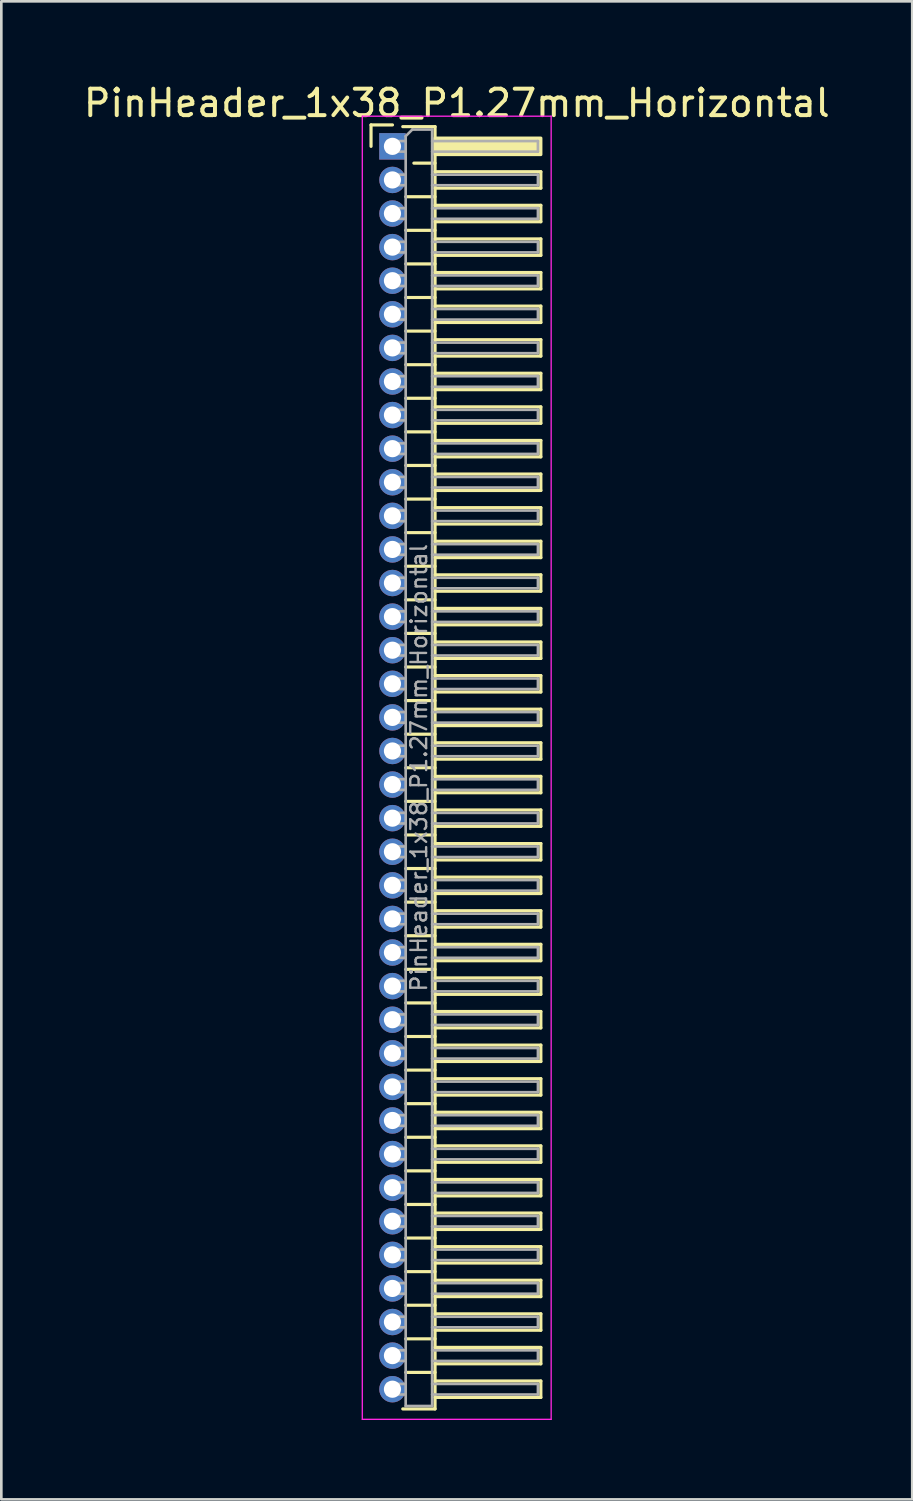
<source format=kicad_pcb>
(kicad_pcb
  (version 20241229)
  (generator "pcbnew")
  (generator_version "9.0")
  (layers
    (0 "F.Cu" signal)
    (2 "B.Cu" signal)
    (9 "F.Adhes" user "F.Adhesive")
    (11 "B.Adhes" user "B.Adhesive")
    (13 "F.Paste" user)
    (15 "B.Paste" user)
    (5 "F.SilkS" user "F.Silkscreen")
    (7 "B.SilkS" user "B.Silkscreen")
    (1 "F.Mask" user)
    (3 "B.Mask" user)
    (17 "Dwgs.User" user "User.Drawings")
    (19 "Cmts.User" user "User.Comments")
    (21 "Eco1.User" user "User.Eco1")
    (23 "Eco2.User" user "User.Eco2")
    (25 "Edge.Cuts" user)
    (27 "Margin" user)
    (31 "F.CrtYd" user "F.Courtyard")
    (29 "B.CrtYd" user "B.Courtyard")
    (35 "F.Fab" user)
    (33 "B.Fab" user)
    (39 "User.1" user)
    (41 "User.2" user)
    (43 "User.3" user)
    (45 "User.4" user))
  (footprint "PinHeader_1x38_P1.27mm_Horizontal"
    (layer "F.Cu")
    (at 11.788 2.483)
    (property "Reference" "PinHeader_1x38_P1.27mm_Horizontal" (at 2.433 -1.635 0) (layer "F.SilkS") (effects (font (size 1 1) (thickness 0.15))))
    (attr through_hole)
    (fp_line (start -0.81 -0.81) (end 0 -0.81) (stroke (width 0.12) (type solid)) (layer "F.SilkS"))
    (fp_line (start -0.81 0) (end -0.81 -0.81) (stroke (width 0.12) (type solid)) (layer "F.SilkS"))
    (fp_line (start 0.39 -0.745) (end 1.61 -0.745) (stroke (width 0.12) (type solid)) (layer "F.SilkS"))
    (fp_line (start 0.503 1.905) (end 1.61 1.905) (stroke (width 0.12) (type solid)) (layer "F.SilkS"))
    (fp_line (start 0.503 3.175) (end 1.61 3.175) (stroke (width 0.12) (type solid)) (layer "F.SilkS"))
    (fp_line (start 0.503 4.445) (end 1.61 4.445) (stroke (width 0.12) (type solid)) (layer "F.SilkS"))
    (fp_line (start 0.503 5.715) (end 1.61 5.715) (stroke (width 0.12) (type solid)) (layer "F.SilkS"))
    (fp_line (start 0.503 6.985) (end 1.61 6.985) (stroke (width 0.12) (type solid)) (layer "F.SilkS"))
    (fp_line (start 0.503 8.255) (end 1.61 8.255) (stroke (width 0.12) (type solid)) (layer "F.SilkS"))
    (fp_line (start 0.503 9.525) (end 1.61 9.525) (stroke (width 0.12) (type solid)) (layer "F.SilkS"))
    (fp_line (start 0.503 10.795) (end 1.61 10.795) (stroke (width 0.12) (type solid)) (layer "F.SilkS"))
    (fp_line (start 0.503 12.065) (end 1.61 12.065) (stroke (width 0.12) (type solid)) (layer "F.SilkS"))
    (fp_line (start 0.503 13.335) (end 1.61 13.335) (stroke (width 0.12) (type solid)) (layer "F.SilkS"))
    (fp_line (start 0.503 14.605) (end 1.61 14.605) (stroke (width 0.12) (type solid)) (layer "F.SilkS"))
    (fp_line (start 0.503 15.875) (end 1.61 15.875) (stroke (width 0.12) (type solid)) (layer "F.SilkS"))
    (fp_line (start 0.503 17.145) (end 1.61 17.145) (stroke (width 0.12) (type solid)) (layer "F.SilkS"))
    (fp_line (start 0.503 18.415) (end 1.61 18.415) (stroke (width 0.12) (type solid)) (layer "F.SilkS"))
    (fp_line (start 0.503 19.685) (end 1.61 19.685) (stroke (width 0.12) (type solid)) (layer "F.SilkS"))
    (fp_line (start 0.503 20.955) (end 1.61 20.955) (stroke (width 0.12) (type solid)) (layer "F.SilkS"))
    (fp_line (start 0.503 22.225) (end 1.61 22.225) (stroke (width 0.12) (type solid)) (layer "F.SilkS"))
    (fp_line (start 0.503 23.495) (end 1.61 23.495) (stroke (width 0.12) (type solid)) (layer "F.SilkS"))
    (fp_line (start 0.503 24.765) (end 1.61 24.765) (stroke (width 0.12) (type solid)) (layer "F.SilkS"))
    (fp_line (start 0.503 26.035) (end 1.61 26.035) (stroke (width 0.12) (type solid)) (layer "F.SilkS"))
    (fp_line (start 0.503 27.305) (end 1.61 27.305) (stroke (width 0.12) (type solid)) (layer "F.SilkS"))
    (fp_line (start 0.503 28.575) (end 1.61 28.575) (stroke (width 0.12) (type solid)) (layer "F.SilkS"))
    (fp_line (start 0.503 29.845) (end 1.61 29.845) (stroke (width 0.12) (type solid)) (layer "F.SilkS"))
    (fp_line (start 0.503 31.115) (end 1.61 31.115) (stroke (width 0.12) (type solid)) (layer "F.SilkS"))
    (fp_line (start 0.503 32.385) (end 1.61 32.385) (stroke (width 0.12) (type solid)) (layer "F.SilkS"))
    (fp_line (start 0.503 33.655) (end 1.61 33.655) (stroke (width 0.12) (type solid)) (layer "F.SilkS"))
    (fp_line (start 0.503 34.925) (end 1.61 34.925) (stroke (width 0.12) (type solid)) (layer "F.SilkS"))
    (fp_line (start 0.503 36.195) (end 1.61 36.195) (stroke (width 0.12) (type solid)) (layer "F.SilkS"))
    (fp_line (start 0.503 37.465) (end 1.61 37.465) (stroke (width 0.12) (type solid)) (layer "F.SilkS"))
    (fp_line (start 0.503 38.735) (end 1.61 38.735) (stroke (width 0.12) (type solid)) (layer "F.SilkS"))
    (fp_line (start 0.503 40.005) (end 1.61 40.005) (stroke (width 0.12) (type solid)) (layer "F.SilkS"))
    (fp_line (start 0.503 41.275) (end 1.61 41.275) (stroke (width 0.12) (type solid)) (layer "F.SilkS"))
    (fp_line (start 0.503 42.545) (end 1.61 42.545) (stroke (width 0.12) (type solid)) (layer "F.SilkS"))
    (fp_line (start 0.503 43.815) (end 1.61 43.815) (stroke (width 0.12) (type solid)) (layer "F.SilkS"))
    (fp_line (start 0.503 45.085) (end 1.61 45.085) (stroke (width 0.12) (type solid)) (layer "F.SilkS"))
    (fp_line (start 0.503 46.355) (end 1.61 46.355) (stroke (width 0.12) (type solid)) (layer "F.SilkS"))
    (fp_line (start 0.81 0.635) (end 1.61 0.635) (stroke (width 0.12) (type solid)) (layer "F.SilkS"))
    (fp_line (start 1.61 -0.745) (end 1.61 47.735) (stroke (width 0.12) (type solid)) (layer "F.SilkS"))
    (fp_line (start 1.61 0.96) (end 5.61 0.96) (stroke (width 0.12) (type solid)) (layer "F.SilkS"))
    (fp_line (start 1.61 2.23) (end 5.61 2.23) (stroke (width 0.12) (type solid)) (layer "F.SilkS"))
    (fp_line (start 1.61 3.5) (end 5.61 3.5) (stroke (width 0.12) (type solid)) (layer "F.SilkS"))
    (fp_line (start 1.61 4.77) (end 5.61 4.77) (stroke (width 0.12) (type solid)) (layer "F.SilkS"))
    (fp_line (start 1.61 6.04) (end 5.61 6.04) (stroke (width 0.12) (type solid)) (layer "F.SilkS"))
    (fp_line (start 1.61 7.31) (end 5.61 7.31) (stroke (width 0.12) (type solid)) (layer "F.SilkS"))
    (fp_line (start 1.61 8.58) (end 5.61 8.58) (stroke (width 0.12) (type solid)) (layer "F.SilkS"))
    (fp_line (start 1.61 9.85) (end 5.61 9.85) (stroke (width 0.12) (type solid)) (layer "F.SilkS"))
    (fp_line (start 1.61 11.12) (end 5.61 11.12) (stroke (width 0.12) (type solid)) (layer "F.SilkS"))
    (fp_line (start 1.61 12.39) (end 5.61 12.39) (stroke (width 0.12) (type solid)) (layer "F.SilkS"))
    (fp_line (start 1.61 13.66) (end 5.61 13.66) (stroke (width 0.12) (type solid)) (layer "F.SilkS"))
    (fp_line (start 1.61 14.93) (end 5.61 14.93) (stroke (width 0.12) (type solid)) (layer "F.SilkS"))
    (fp_line (start 1.61 16.2) (end 5.61 16.2) (stroke (width 0.12) (type solid)) (layer "F.SilkS"))
    (fp_line (start 1.61 17.47) (end 5.61 17.47) (stroke (width 0.12) (type solid)) (layer "F.SilkS"))
    (fp_line (start 1.61 18.74) (end 5.61 18.74) (stroke (width 0.12) (type solid)) (layer "F.SilkS"))
    (fp_line (start 1.61 20.01) (end 5.61 20.01) (stroke (width 0.12) (type solid)) (layer "F.SilkS"))
    (fp_line (start 1.61 21.28) (end 5.61 21.28) (stroke (width 0.12) (type solid)) (layer "F.SilkS"))
    (fp_line (start 1.61 22.55) (end 5.61 22.55) (stroke (width 0.12) (type solid)) (layer "F.SilkS"))
    (fp_line (start 1.61 23.82) (end 5.61 23.82) (stroke (width 0.12) (type solid)) (layer "F.SilkS"))
    (fp_line (start 1.61 25.09) (end 5.61 25.09) (stroke (width 0.12) (type solid)) (layer "F.SilkS"))
    (fp_line (start 1.61 26.36) (end 5.61 26.36) (stroke (width 0.12) (type solid)) (layer "F.SilkS"))
    (fp_line (start 1.61 27.63) (end 5.61 27.63) (stroke (width 0.12) (type solid)) (layer "F.SilkS"))
    (fp_line (start 1.61 28.9) (end 5.61 28.9) (stroke (width 0.12) (type solid)) (layer "F.SilkS"))
    (fp_line (start 1.61 30.17) (end 5.61 30.17) (stroke (width 0.12) (type solid)) (layer "F.SilkS"))
    (fp_line (start 1.61 31.44) (end 5.61 31.44) (stroke (width 0.12) (type solid)) (layer "F.SilkS"))
    (fp_line (start 1.61 32.71) (end 5.61 32.71) (stroke (width 0.12) (type solid)) (layer "F.SilkS"))
    (fp_line (start 1.61 33.98) (end 5.61 33.98) (stroke (width 0.12) (type solid)) (layer "F.SilkS"))
    (fp_line (start 1.61 35.25) (end 5.61 35.25) (stroke (width 0.12) (type solid)) (layer "F.SilkS"))
    (fp_line (start 1.61 36.52) (end 5.61 36.52) (stroke (width 0.12) (type solid)) (layer "F.SilkS"))
    (fp_line (start 1.61 37.79) (end 5.61 37.79) (stroke (width 0.12) (type solid)) (layer "F.SilkS"))
    (fp_line (start 1.61 39.06) (end 5.61 39.06) (stroke (width 0.12) (type solid)) (layer "F.SilkS"))
    (fp_line (start 1.61 40.33) (end 5.61 40.33) (stroke (width 0.12) (type solid)) (layer "F.SilkS"))
    (fp_line (start 1.61 41.6) (end 5.61 41.6) (stroke (width 0.12) (type solid)) (layer "F.SilkS"))
    (fp_line (start 1.61 42.87) (end 5.61 42.87) (stroke (width 0.12) (type solid)) (layer "F.SilkS"))
    (fp_line (start 1.61 44.14) (end 5.61 44.14) (stroke (width 0.12) (type solid)) (layer "F.SilkS"))
    (fp_line (start 1.61 45.41) (end 5.61 45.41) (stroke (width 0.12) (type solid)) (layer "F.SilkS"))
    (fp_line (start 1.61 46.68) (end 5.61 46.68) (stroke (width 0.12) (type solid)) (layer "F.SilkS"))
    (fp_line (start 1.61 47.735) (end 0.39 47.735) (stroke (width 0.12) (type solid)) (layer "F.SilkS"))
    (fp_line (start 5.61 0.96) (end 5.61 1.58) (stroke (width 0.12) (type solid)) (layer "F.SilkS"))
    (fp_line (start 5.61 1.58) (end 1.61 1.58) (stroke (width 0.12) (type solid)) (layer "F.SilkS"))
    (fp_line (start 5.61 2.23) (end 5.61 2.85) (stroke (width 0.12) (type solid)) (layer "F.SilkS"))
    (fp_line (start 5.61 2.85) (end 1.61 2.85) (stroke (width 0.12) (type solid)) (layer "F.SilkS"))
    (fp_line (start 5.61 3.5) (end 5.61 4.12) (stroke (width 0.12) (type solid)) (layer "F.SilkS"))
    (fp_line (start 5.61 4.12) (end 1.61 4.12) (stroke (width 0.12) (type solid)) (layer "F.SilkS"))
    (fp_line (start 5.61 4.77) (end 5.61 5.39) (stroke (width 0.12) (type solid)) (layer "F.SilkS"))
    (fp_line (start 5.61 5.39) (end 1.61 5.39) (stroke (width 0.12) (type solid)) (layer "F.SilkS"))
    (fp_line (start 5.61 6.04) (end 5.61 6.66) (stroke (width 0.12) (type solid)) (layer "F.SilkS"))
    (fp_line (start 5.61 6.66) (end 1.61 6.66) (stroke (width 0.12) (type solid)) (layer "F.SilkS"))
    (fp_line (start 5.61 7.31) (end 5.61 7.93) (stroke (width 0.12) (type solid)) (layer "F.SilkS"))
    (fp_line (start 5.61 7.93) (end 1.61 7.93) (stroke (width 0.12) (type solid)) (layer "F.SilkS"))
    (fp_line (start 5.61 8.58) (end 5.61 9.2) (stroke (width 0.12) (type solid)) (layer "F.SilkS"))
    (fp_line (start 5.61 9.2) (end 1.61 9.2) (stroke (width 0.12) (type solid)) (layer "F.SilkS"))
    (fp_line (start 5.61 9.85) (end 5.61 10.47) (stroke (width 0.12) (type solid)) (layer "F.SilkS"))
    (fp_line (start 5.61 10.47) (end 1.61 10.47) (stroke (width 0.12) (type solid)) (layer "F.SilkS"))
    (fp_line (start 5.61 11.12) (end 5.61 11.74) (stroke (width 0.12) (type solid)) (layer "F.SilkS"))
    (fp_line (start 5.61 11.74) (end 1.61 11.74) (stroke (width 0.12) (type solid)) (layer "F.SilkS"))
    (fp_line (start 5.61 12.39) (end 5.61 13.01) (stroke (width 0.12) (type solid)) (layer "F.SilkS"))
    (fp_line (start 5.61 13.01) (end 1.61 13.01) (stroke (width 0.12) (type solid)) (layer "F.SilkS"))
    (fp_line (start 5.61 13.66) (end 5.61 14.28) (stroke (width 0.12) (type solid)) (layer "F.SilkS"))
    (fp_line (start 5.61 14.28) (end 1.61 14.28) (stroke (width 0.12) (type solid)) (layer "F.SilkS"))
    (fp_line (start 5.61 14.93) (end 5.61 15.55) (stroke (width 0.12) (type solid)) (layer "F.SilkS"))
    (fp_line (start 5.61 15.55) (end 1.61 15.55) (stroke (width 0.12) (type solid)) (layer "F.SilkS"))
    (fp_line (start 5.61 16.2) (end 5.61 16.82) (stroke (width 0.12) (type solid)) (layer "F.SilkS"))
    (fp_line (start 5.61 16.82) (end 1.61 16.82) (stroke (width 0.12) (type solid)) (layer "F.SilkS"))
    (fp_line (start 5.61 17.47) (end 5.61 18.09) (stroke (width 0.12) (type solid)) (layer "F.SilkS"))
    (fp_line (start 5.61 18.09) (end 1.61 18.09) (stroke (width 0.12) (type solid)) (layer "F.SilkS"))
    (fp_line (start 5.61 18.74) (end 5.61 19.36) (stroke (width 0.12) (type solid)) (layer "F.SilkS"))
    (fp_line (start 5.61 19.36) (end 1.61 19.36) (stroke (width 0.12) (type solid)) (layer "F.SilkS"))
    (fp_line (start 5.61 20.01) (end 5.61 20.63) (stroke (width 0.12) (type solid)) (layer "F.SilkS"))
    (fp_line (start 5.61 20.63) (end 1.61 20.63) (stroke (width 0.12) (type solid)) (layer "F.SilkS"))
    (fp_line (start 5.61 21.28) (end 5.61 21.9) (stroke (width 0.12) (type solid)) (layer "F.SilkS"))
    (fp_line (start 5.61 21.9) (end 1.61 21.9) (stroke (width 0.12) (type solid)) (layer "F.SilkS"))
    (fp_line (start 5.61 22.55) (end 5.61 23.17) (stroke (width 0.12) (type solid)) (layer "F.SilkS"))
    (fp_line (start 5.61 23.17) (end 1.61 23.17) (stroke (width 0.12) (type solid)) (layer "F.SilkS"))
    (fp_line (start 5.61 23.82) (end 5.61 24.44) (stroke (width 0.12) (type solid)) (layer "F.SilkS"))
    (fp_line (start 5.61 24.44) (end 1.61 24.44) (stroke (width 0.12) (type solid)) (layer "F.SilkS"))
    (fp_line (start 5.61 25.09) (end 5.61 25.71) (stroke (width 0.12) (type solid)) (layer "F.SilkS"))
    (fp_line (start 5.61 25.71) (end 1.61 25.71) (stroke (width 0.12) (type solid)) (layer "F.SilkS"))
    (fp_line (start 5.61 26.36) (end 5.61 26.98) (stroke (width 0.12) (type solid)) (layer "F.SilkS"))
    (fp_line (start 5.61 26.98) (end 1.61 26.98) (stroke (width 0.12) (type solid)) (layer "F.SilkS"))
    (fp_line (start 5.61 27.63) (end 5.61 28.25) (stroke (width 0.12) (type solid)) (layer "F.SilkS"))
    (fp_line (start 5.61 28.25) (end 1.61 28.25) (stroke (width 0.12) (type solid)) (layer "F.SilkS"))
    (fp_line (start 5.61 28.9) (end 5.61 29.52) (stroke (width 0.12) (type solid)) (layer "F.SilkS"))
    (fp_line (start 5.61 29.52) (end 1.61 29.52) (stroke (width 0.12) (type solid)) (layer "F.SilkS"))
    (fp_line (start 5.61 30.17) (end 5.61 30.79) (stroke (width 0.12) (type solid)) (layer "F.SilkS"))
    (fp_line (start 5.61 30.79) (end 1.61 30.79) (stroke (width 0.12) (type solid)) (layer "F.SilkS"))
    (fp_line (start 5.61 31.44) (end 5.61 32.06) (stroke (width 0.12) (type solid)) (layer "F.SilkS"))
    (fp_line (start 5.61 32.06) (end 1.61 32.06) (stroke (width 0.12) (type solid)) (layer "F.SilkS"))
    (fp_line (start 5.61 32.71) (end 5.61 33.33) (stroke (width 0.12) (type solid)) (layer "F.SilkS"))
    (fp_line (start 5.61 33.33) (end 1.61 33.33) (stroke (width 0.12) (type solid)) (layer "F.SilkS"))
    (fp_line (start 5.61 33.98) (end 5.61 34.6) (stroke (width 0.12) (type solid)) (layer "F.SilkS"))
    (fp_line (start 5.61 34.6) (end 1.61 34.6) (stroke (width 0.12) (type solid)) (layer "F.SilkS"))
    (fp_line (start 5.61 35.25) (end 5.61 35.87) (stroke (width 0.12) (type solid)) (layer "F.SilkS"))
    (fp_line (start 5.61 35.87) (end 1.61 35.87) (stroke (width 0.12) (type solid)) (layer "F.SilkS"))
    (fp_line (start 5.61 36.52) (end 5.61 37.14) (stroke (width 0.12) (type solid)) (layer "F.SilkS"))
    (fp_line (start 5.61 37.14) (end 1.61 37.14) (stroke (width 0.12) (type solid)) (layer "F.SilkS"))
    (fp_line (start 5.61 37.79) (end 5.61 38.41) (stroke (width 0.12) (type solid)) (layer "F.SilkS"))
    (fp_line (start 5.61 38.41) (end 1.61 38.41) (stroke (width 0.12) (type solid)) (layer "F.SilkS"))
    (fp_line (start 5.61 39.06) (end 5.61 39.68) (stroke (width 0.12) (type solid)) (layer "F.SilkS"))
    (fp_line (start 5.61 39.68) (end 1.61 39.68) (stroke (width 0.12) (type solid)) (layer "F.SilkS"))
    (fp_line (start 5.61 40.33) (end 5.61 40.95) (stroke (width 0.12) (type solid)) (layer "F.SilkS"))
    (fp_line (start 5.61 40.95) (end 1.61 40.95) (stroke (width 0.12) (type solid)) (layer "F.SilkS"))
    (fp_line (start 5.61 41.6) (end 5.61 42.22) (stroke (width 0.12) (type solid)) (layer "F.SilkS"))
    (fp_line (start 5.61 42.22) (end 1.61 42.22) (stroke (width 0.12) (type solid)) (layer "F.SilkS"))
    (fp_line (start 5.61 42.87) (end 5.61 43.49) (stroke (width 0.12) (type solid)) (layer "F.SilkS"))
    (fp_line (start 5.61 43.49) (end 1.61 43.49) (stroke (width 0.12) (type solid)) (layer "F.SilkS"))
    (fp_line (start 5.61 44.14) (end 5.61 44.76) (stroke (width 0.12) (type solid)) (layer "F.SilkS"))
    (fp_line (start 5.61 44.76) (end 1.61 44.76) (stroke (width 0.12) (type solid)) (layer "F.SilkS"))
    (fp_line (start 5.61 45.41) (end 5.61 46.03) (stroke (width 0.12) (type solid)) (layer "F.SilkS"))
    (fp_line (start 5.61 46.03) (end 1.61 46.03) (stroke (width 0.12) (type solid)) (layer "F.SilkS"))
    (fp_line (start 5.61 46.68) (end 5.61 47.3) (stroke (width 0.12) (type solid)) (layer "F.SilkS"))
    (fp_line (start 5.61 47.3) (end 1.61 47.3) (stroke (width 0.12) (type solid)) (layer "F.SilkS"))
    (fp_rect (start 1.61 -0.31) (end 5.61 0.31) (stroke (width 0.12) (type solid)) (fill yes) (layer "F.SilkS"))
    (fp_line (start -1.14 -1.14) (end -1.14 48.13) (stroke (width 0.05) (type solid)) (layer "F.CrtYd"))
    (fp_line (start -1.14 48.13) (end 6 48.13) (stroke (width 0.05) (type solid)) (layer "F.CrtYd"))
    (fp_line (start 6 -1.14) (end -1.14 -1.14) (stroke (width 0.05) (type solid)) (layer "F.CrtYd"))
    (fp_line (start 6 48.13) (end 6 -1.14) (stroke (width 0.05) (type solid)) (layer "F.CrtYd"))
    (fp_line (start -0.2 -0.2) (end -0.2 0.2) (stroke (width 0.1) (type solid)) (layer "F.Fab"))
    (fp_line (start -0.2 -0.2) (end 0.5 -0.2) (stroke (width 0.1) (type solid)) (layer "F.Fab"))
    (fp_line (start -0.2 0.2) (end 0.5 0.2) (stroke (width 0.1) (type solid)) (layer "F.Fab"))
    (fp_line (start -0.2 1.07) (end -0.2 1.47) (stroke (width 0.1) (type solid)) (layer "F.Fab"))
    (fp_line (start -0.2 1.07) (end 0.5 1.07) (stroke (width 0.1) (type solid)) (layer "F.Fab"))
    (fp_line (start -0.2 1.47) (end 0.5 1.47) (stroke (width 0.1) (type solid)) (layer "F.Fab"))
    (fp_line (start -0.2 2.34) (end -0.2 2.74) (stroke (width 0.1) (type solid)) (layer "F.Fab"))
    (fp_line (start -0.2 2.34) (end 0.5 2.34) (stroke (width 0.1) (type solid)) (layer "F.Fab"))
    (fp_line (start -0.2 2.74) (end 0.5 2.74) (stroke (width 0.1) (type solid)) (layer "F.Fab"))
    (fp_line (start -0.2 3.61) (end -0.2 4.01) (stroke (width 0.1) (type solid)) (layer "F.Fab"))
    (fp_line (start -0.2 3.61) (end 0.5 3.61) (stroke (width 0.1) (type solid)) (layer "F.Fab"))
    (fp_line (start -0.2 4.01) (end 0.5 4.01) (stroke (width 0.1) (type solid)) (layer "F.Fab"))
    (fp_line (start -0.2 4.88) (end -0.2 5.28) (stroke (width 0.1) (type solid)) (layer "F.Fab"))
    (fp_line (start -0.2 4.88) (end 0.5 4.88) (stroke (width 0.1) (type solid)) (layer "F.Fab"))
    (fp_line (start -0.2 5.28) (end 0.5 5.28) (stroke (width 0.1) (type solid)) (layer "F.Fab"))
    (fp_line (start -0.2 6.15) (end -0.2 6.55) (stroke (width 0.1) (type solid)) (layer "F.Fab"))
    (fp_line (start -0.2 6.15) (end 0.5 6.15) (stroke (width 0.1) (type solid)) (layer "F.Fab"))
    (fp_line (start -0.2 6.55) (end 0.5 6.55) (stroke (width 0.1) (type solid)) (layer "F.Fab"))
    (fp_line (start -0.2 7.42) (end -0.2 7.82) (stroke (width 0.1) (type solid)) (layer "F.Fab"))
    (fp_line (start -0.2 7.42) (end 0.5 7.42) (stroke (width 0.1) (type solid)) (layer "F.Fab"))
    (fp_line (start -0.2 7.82) (end 0.5 7.82) (stroke (width 0.1) (type solid)) (layer "F.Fab"))
    (fp_line (start -0.2 8.69) (end -0.2 9.09) (stroke (width 0.1) (type solid)) (layer "F.Fab"))
    (fp_line (start -0.2 8.69) (end 0.5 8.69) (stroke (width 0.1) (type solid)) (layer "F.Fab"))
    (fp_line (start -0.2 9.09) (end 0.5 9.09) (stroke (width 0.1) (type solid)) (layer "F.Fab"))
    (fp_line (start -0.2 9.96) (end -0.2 10.36) (stroke (width 0.1) (type solid)) (layer "F.Fab"))
    (fp_line (start -0.2 9.96) (end 0.5 9.96) (stroke (width 0.1) (type solid)) (layer "F.Fab"))
    (fp_line (start -0.2 10.36) (end 0.5 10.36) (stroke (width 0.1) (type solid)) (layer "F.Fab"))
    (fp_line (start -0.2 11.23) (end -0.2 11.63) (stroke (width 0.1) (type solid)) (layer "F.Fab"))
    (fp_line (start -0.2 11.23) (end 0.5 11.23) (stroke (width 0.1) (type solid)) (layer "F.Fab"))
    (fp_line (start -0.2 11.63) (end 0.5 11.63) (stroke (width 0.1) (type solid)) (layer "F.Fab"))
    (fp_line (start -0.2 12.5) (end -0.2 12.9) (stroke (width 0.1) (type solid)) (layer "F.Fab"))
    (fp_line (start -0.2 12.5) (end 0.5 12.5) (stroke (width 0.1) (type solid)) (layer "F.Fab"))
    (fp_line (start -0.2 12.9) (end 0.5 12.9) (stroke (width 0.1) (type solid)) (layer "F.Fab"))
    (fp_line (start -0.2 13.77) (end -0.2 14.17) (stroke (width 0.1) (type solid)) (layer "F.Fab"))
    (fp_line (start -0.2 13.77) (end 0.5 13.77) (stroke (width 0.1) (type solid)) (layer "F.Fab"))
    (fp_line (start -0.2 14.17) (end 0.5 14.17) (stroke (width 0.1) (type solid)) (layer "F.Fab"))
    (fp_line (start -0.2 15.04) (end -0.2 15.44) (stroke (width 0.1) (type solid)) (layer "F.Fab"))
    (fp_line (start -0.2 15.04) (end 0.5 15.04) (stroke (width 0.1) (type solid)) (layer "F.Fab"))
    (fp_line (start -0.2 15.44) (end 0.5 15.44) (stroke (width 0.1) (type solid)) (layer "F.Fab"))
    (fp_line (start -0.2 16.31) (end -0.2 16.71) (stroke (width 0.1) (type solid)) (layer "F.Fab"))
    (fp_line (start -0.2 16.31) (end 0.5 16.31) (stroke (width 0.1) (type solid)) (layer "F.Fab"))
    (fp_line (start -0.2 16.71) (end 0.5 16.71) (stroke (width 0.1) (type solid)) (layer "F.Fab"))
    (fp_line (start -0.2 17.58) (end -0.2 17.98) (stroke (width 0.1) (type solid)) (layer "F.Fab"))
    (fp_line (start -0.2 17.58) (end 0.5 17.58) (stroke (width 0.1) (type solid)) (layer "F.Fab"))
    (fp_line (start -0.2 17.98) (end 0.5 17.98) (stroke (width 0.1) (type solid)) (layer "F.Fab"))
    (fp_line (start -0.2 18.85) (end -0.2 19.25) (stroke (width 0.1) (type solid)) (layer "F.Fab"))
    (fp_line (start -0.2 18.85) (end 0.5 18.85) (stroke (width 0.1) (type solid)) (layer "F.Fab"))
    (fp_line (start -0.2 19.25) (end 0.5 19.25) (stroke (width 0.1) (type solid)) (layer "F.Fab"))
    (fp_line (start -0.2 20.12) (end -0.2 20.52) (stroke (width 0.1) (type solid)) (layer "F.Fab"))
    (fp_line (start -0.2 20.12) (end 0.5 20.12) (stroke (width 0.1) (type solid)) (layer "F.Fab"))
    (fp_line (start -0.2 20.52) (end 0.5 20.52) (stroke (width 0.1) (type solid)) (layer "F.Fab"))
    (fp_line (start -0.2 21.39) (end -0.2 21.79) (stroke (width 0.1) (type solid)) (layer "F.Fab"))
    (fp_line (start -0.2 21.39) (end 0.5 21.39) (stroke (width 0.1) (type solid)) (layer "F.Fab"))
    (fp_line (start -0.2 21.79) (end 0.5 21.79) (stroke (width 0.1) (type solid)) (layer "F.Fab"))
    (fp_line (start -0.2 22.66) (end -0.2 23.06) (stroke (width 0.1) (type solid)) (layer "F.Fab"))
    (fp_line (start -0.2 22.66) (end 0.5 22.66) (stroke (width 0.1) (type solid)) (layer "F.Fab"))
    (fp_line (start -0.2 23.06) (end 0.5 23.06) (stroke (width 0.1) (type solid)) (layer "F.Fab"))
    (fp_line (start -0.2 23.93) (end -0.2 24.33) (stroke (width 0.1) (type solid)) (layer "F.Fab"))
    (fp_line (start -0.2 23.93) (end 0.5 23.93) (stroke (width 0.1) (type solid)) (layer "F.Fab"))
    (fp_line (start -0.2 24.33) (end 0.5 24.33) (stroke (width 0.1) (type solid)) (layer "F.Fab"))
    (fp_line (start -0.2 25.2) (end -0.2 25.6) (stroke (width 0.1) (type solid)) (layer "F.Fab"))
    (fp_line (start -0.2 25.2) (end 0.5 25.2) (stroke (width 0.1) (type solid)) (layer "F.Fab"))
    (fp_line (start -0.2 25.6) (end 0.5 25.6) (stroke (width 0.1) (type solid)) (layer "F.Fab"))
    (fp_line (start -0.2 26.47) (end -0.2 26.87) (stroke (width 0.1) (type solid)) (layer "F.Fab"))
    (fp_line (start -0.2 26.47) (end 0.5 26.47) (stroke (width 0.1) (type solid)) (layer "F.Fab"))
    (fp_line (start -0.2 26.87) (end 0.5 26.87) (stroke (width 0.1) (type solid)) (layer "F.Fab"))
    (fp_line (start -0.2 27.74) (end -0.2 28.14) (stroke (width 0.1) (type solid)) (layer "F.Fab"))
    (fp_line (start -0.2 27.74) (end 0.5 27.74) (stroke (width 0.1) (type solid)) (layer "F.Fab"))
    (fp_line (start -0.2 28.14) (end 0.5 28.14) (stroke (width 0.1) (type solid)) (layer "F.Fab"))
    (fp_line (start -0.2 29.01) (end -0.2 29.41) (stroke (width 0.1) (type solid)) (layer "F.Fab"))
    (fp_line (start -0.2 29.01) (end 0.5 29.01) (stroke (width 0.1) (type solid)) (layer "F.Fab"))
    (fp_line (start -0.2 29.41) (end 0.5 29.41) (stroke (width 0.1) (type solid)) (layer "F.Fab"))
    (fp_line (start -0.2 30.28) (end -0.2 30.68) (stroke (width 0.1) (type solid)) (layer "F.Fab"))
    (fp_line (start -0.2 30.28) (end 0.5 30.28) (stroke (width 0.1) (type solid)) (layer "F.Fab"))
    (fp_line (start -0.2 30.68) (end 0.5 30.68) (stroke (width 0.1) (type solid)) (layer "F.Fab"))
    (fp_line (start -0.2 31.55) (end -0.2 31.95) (stroke (width 0.1) (type solid)) (layer "F.Fab"))
    (fp_line (start -0.2 31.55) (end 0.5 31.55) (stroke (width 0.1) (type solid)) (layer "F.Fab"))
    (fp_line (start -0.2 31.95) (end 0.5 31.95) (stroke (width 0.1) (type solid)) (layer "F.Fab"))
    (fp_line (start -0.2 32.82) (end -0.2 33.22) (stroke (width 0.1) (type solid)) (layer "F.Fab"))
    (fp_line (start -0.2 32.82) (end 0.5 32.82) (stroke (width 0.1) (type solid)) (layer "F.Fab"))
    (fp_line (start -0.2 33.22) (end 0.5 33.22) (stroke (width 0.1) (type solid)) (layer "F.Fab"))
    (fp_line (start -0.2 34.09) (end -0.2 34.49) (stroke (width 0.1) (type solid)) (layer "F.Fab"))
    (fp_line (start -0.2 34.09) (end 0.5 34.09) (stroke (width 0.1) (type solid)) (layer "F.Fab"))
    (fp_line (start -0.2 34.49) (end 0.5 34.49) (stroke (width 0.1) (type solid)) (layer "F.Fab"))
    (fp_line (start -0.2 35.36) (end -0.2 35.76) (stroke (width 0.1) (type solid)) (layer "F.Fab"))
    (fp_line (start -0.2 35.36) (end 0.5 35.36) (stroke (width 0.1) (type solid)) (layer "F.Fab"))
    (fp_line (start -0.2 35.76) (end 0.5 35.76) (stroke (width 0.1) (type solid)) (layer "F.Fab"))
    (fp_line (start -0.2 36.63) (end -0.2 37.03) (stroke (width 0.1) (type solid)) (layer "F.Fab"))
    (fp_line (start -0.2 36.63) (end 0.5 36.63) (stroke (width 0.1) (type solid)) (layer "F.Fab"))
    (fp_line (start -0.2 37.03) (end 0.5 37.03) (stroke (width 0.1) (type solid)) (layer "F.Fab"))
    (fp_line (start -0.2 37.9) (end -0.2 38.3) (stroke (width 0.1) (type solid)) (layer "F.Fab"))
    (fp_line (start -0.2 37.9) (end 0.5 37.9) (stroke (width 0.1) (type solid)) (layer "F.Fab"))
    (fp_line (start -0.2 38.3) (end 0.5 38.3) (stroke (width 0.1) (type solid)) (layer "F.Fab"))
    (fp_line (start -0.2 39.17) (end -0.2 39.57) (stroke (width 0.1) (type solid)) (layer "F.Fab"))
    (fp_line (start -0.2 39.17) (end 0.5 39.17) (stroke (width 0.1) (type solid)) (layer "F.Fab"))
    (fp_line (start -0.2 39.57) (end 0.5 39.57) (stroke (width 0.1) (type solid)) (layer "F.Fab"))
    (fp_line (start -0.2 40.44) (end -0.2 40.84) (stroke (width 0.1) (type solid)) (layer "F.Fab"))
    (fp_line (start -0.2 40.44) (end 0.5 40.44) (stroke (width 0.1) (type solid)) (layer "F.Fab"))
    (fp_line (start -0.2 40.84) (end 0.5 40.84) (stroke (width 0.1) (type solid)) (layer "F.Fab"))
    (fp_line (start -0.2 41.71) (end -0.2 42.11) (stroke (width 0.1) (type solid)) (layer "F.Fab"))
    (fp_line (start -0.2 41.71) (end 0.5 41.71) (stroke (width 0.1) (type solid)) (layer "F.Fab"))
    (fp_line (start -0.2 42.11) (end 0.5 42.11) (stroke (width 0.1) (type solid)) (layer "F.Fab"))
    (fp_line (start -0.2 42.98) (end -0.2 43.38) (stroke (width 0.1) (type solid)) (layer "F.Fab"))
    (fp_line (start -0.2 42.98) (end 0.5 42.98) (stroke (width 0.1) (type solid)) (layer "F.Fab"))
    (fp_line (start -0.2 43.38) (end 0.5 43.38) (stroke (width 0.1) (type solid)) (layer "F.Fab"))
    (fp_line (start -0.2 44.25) (end -0.2 44.65) (stroke (width 0.1) (type solid)) (layer "F.Fab"))
    (fp_line (start -0.2 44.25) (end 0.5 44.25) (stroke (width 0.1) (type solid)) (layer "F.Fab"))
    (fp_line (start -0.2 44.65) (end 0.5 44.65) (stroke (width 0.1) (type solid)) (layer "F.Fab"))
    (fp_line (start -0.2 45.52) (end -0.2 45.92) (stroke (width 0.1) (type solid)) (layer "F.Fab"))
    (fp_line (start -0.2 45.52) (end 0.5 45.52) (stroke (width 0.1) (type solid)) (layer "F.Fab"))
    (fp_line (start -0.2 45.92) (end 0.5 45.92) (stroke (width 0.1) (type solid)) (layer "F.Fab"))
    (fp_line (start -0.2 46.79) (end -0.2 47.19) (stroke (width 0.1) (type solid)) (layer "F.Fab"))
    (fp_line (start -0.2 46.79) (end 0.5 46.79) (stroke (width 0.1) (type solid)) (layer "F.Fab"))
    (fp_line (start -0.2 47.19) (end 0.5 47.19) (stroke (width 0.1) (type solid)) (layer "F.Fab"))
    (fp_line (start 0.5 -0.385) (end 0.75 -0.635) (stroke (width 0.1) (type solid)) (layer "F.Fab"))
    (fp_line (start 0.5 47.625) (end 0.5 -0.385) (stroke (width 0.1) (type solid)) (layer "F.Fab"))
    (fp_line (start 0.75 -0.635) (end 1.5 -0.635) (stroke (width 0.1) (type solid)) (layer "F.Fab"))
    (fp_line (start 1.5 -0.635) (end 1.5 47.625) (stroke (width 0.1) (type solid)) (layer "F.Fab"))
    (fp_line (start 1.5 -0.2) (end 5.5 -0.2) (stroke (width 0.1) (type solid)) (layer "F.Fab"))
    (fp_line (start 1.5 0.2) (end 5.5 0.2) (stroke (width 0.1) (type solid)) (layer "F.Fab"))
    (fp_line (start 1.5 1.07) (end 5.5 1.07) (stroke (width 0.1) (type solid)) (layer "F.Fab"))
    (fp_line (start 1.5 1.47) (end 5.5 1.47) (stroke (width 0.1) (type solid)) (layer "F.Fab"))
    (fp_line (start 1.5 2.34) (end 5.5 2.34) (stroke (width 0.1) (type solid)) (layer "F.Fab"))
    (fp_line (start 1.5 2.74) (end 5.5 2.74) (stroke (width 0.1) (type solid)) (layer "F.Fab"))
    (fp_line (start 1.5 3.61) (end 5.5 3.61) (stroke (width 0.1) (type solid)) (layer "F.Fab"))
    (fp_line (start 1.5 4.01) (end 5.5 4.01) (stroke (width 0.1) (type solid)) (layer "F.Fab"))
    (fp_line (start 1.5 4.88) (end 5.5 4.88) (stroke (width 0.1) (type solid)) (layer "F.Fab"))
    (fp_line (start 1.5 5.28) (end 5.5 5.28) (stroke (width 0.1) (type solid)) (layer "F.Fab"))
    (fp_line (start 1.5 6.15) (end 5.5 6.15) (stroke (width 0.1) (type solid)) (layer "F.Fab"))
    (fp_line (start 1.5 6.55) (end 5.5 6.55) (stroke (width 0.1) (type solid)) (layer "F.Fab"))
    (fp_line (start 1.5 7.42) (end 5.5 7.42) (stroke (width 0.1) (type solid)) (layer "F.Fab"))
    (fp_line (start 1.5 7.82) (end 5.5 7.82) (stroke (width 0.1) (type solid)) (layer "F.Fab"))
    (fp_line (start 1.5 8.69) (end 5.5 8.69) (stroke (width 0.1) (type solid)) (layer "F.Fab"))
    (fp_line (start 1.5 9.09) (end 5.5 9.09) (stroke (width 0.1) (type solid)) (layer "F.Fab"))
    (fp_line (start 1.5 9.96) (end 5.5 9.96) (stroke (width 0.1) (type solid)) (layer "F.Fab"))
    (fp_line (start 1.5 10.36) (end 5.5 10.36) (stroke (width 0.1) (type solid)) (layer "F.Fab"))
    (fp_line (start 1.5 11.23) (end 5.5 11.23) (stroke (width 0.1) (type solid)) (layer "F.Fab"))
    (fp_line (start 1.5 11.63) (end 5.5 11.63) (stroke (width 0.1) (type solid)) (layer "F.Fab"))
    (fp_line (start 1.5 12.5) (end 5.5 12.5) (stroke (width 0.1) (type solid)) (layer "F.Fab"))
    (fp_line (start 1.5 12.9) (end 5.5 12.9) (stroke (width 0.1) (type solid)) (layer "F.Fab"))
    (fp_line (start 1.5 13.77) (end 5.5 13.77) (stroke (width 0.1) (type solid)) (layer "F.Fab"))
    (fp_line (start 1.5 14.17) (end 5.5 14.17) (stroke (width 0.1) (type solid)) (layer "F.Fab"))
    (fp_line (start 1.5 15.04) (end 5.5 15.04) (stroke (width 0.1) (type solid)) (layer "F.Fab"))
    (fp_line (start 1.5 15.44) (end 5.5 15.44) (stroke (width 0.1) (type solid)) (layer "F.Fab"))
    (fp_line (start 1.5 16.31) (end 5.5 16.31) (stroke (width 0.1) (type solid)) (layer "F.Fab"))
    (fp_line (start 1.5 16.71) (end 5.5 16.71) (stroke (width 0.1) (type solid)) (layer "F.Fab"))
    (fp_line (start 1.5 17.58) (end 5.5 17.58) (stroke (width 0.1) (type solid)) (layer "F.Fab"))
    (fp_line (start 1.5 17.98) (end 5.5 17.98) (stroke (width 0.1) (type solid)) (layer "F.Fab"))
    (fp_line (start 1.5 18.85) (end 5.5 18.85) (stroke (width 0.1) (type solid)) (layer "F.Fab"))
    (fp_line (start 1.5 19.25) (end 5.5 19.25) (stroke (width 0.1) (type solid)) (layer "F.Fab"))
    (fp_line (start 1.5 20.12) (end 5.5 20.12) (stroke (width 0.1) (type solid)) (layer "F.Fab"))
    (fp_line (start 1.5 20.52) (end 5.5 20.52) (stroke (width 0.1) (type solid)) (layer "F.Fab"))
    (fp_line (start 1.5 21.39) (end 5.5 21.39) (stroke (width 0.1) (type solid)) (layer "F.Fab"))
    (fp_line (start 1.5 21.79) (end 5.5 21.79) (stroke (width 0.1) (type solid)) (layer "F.Fab"))
    (fp_line (start 1.5 22.66) (end 5.5 22.66) (stroke (width 0.1) (type solid)) (layer "F.Fab"))
    (fp_line (start 1.5 23.06) (end 5.5 23.06) (stroke (width 0.1) (type solid)) (layer "F.Fab"))
    (fp_line (start 1.5 23.93) (end 5.5 23.93) (stroke (width 0.1) (type solid)) (layer "F.Fab"))
    (fp_line (start 1.5 24.33) (end 5.5 24.33) (stroke (width 0.1) (type solid)) (layer "F.Fab"))
    (fp_line (start 1.5 25.2) (end 5.5 25.2) (stroke (width 0.1) (type solid)) (layer "F.Fab"))
    (fp_line (start 1.5 25.6) (end 5.5 25.6) (stroke (width 0.1) (type solid)) (layer "F.Fab"))
    (fp_line (start 1.5 26.47) (end 5.5 26.47) (stroke (width 0.1) (type solid)) (layer "F.Fab"))
    (fp_line (start 1.5 26.87) (end 5.5 26.87) (stroke (width 0.1) (type solid)) (layer "F.Fab"))
    (fp_line (start 1.5 27.74) (end 5.5 27.74) (stroke (width 0.1) (type solid)) (layer "F.Fab"))
    (fp_line (start 1.5 28.14) (end 5.5 28.14) (stroke (width 0.1) (type solid)) (layer "F.Fab"))
    (fp_line (start 1.5 29.01) (end 5.5 29.01) (stroke (width 0.1) (type solid)) (layer "F.Fab"))
    (fp_line (start 1.5 29.41) (end 5.5 29.41) (stroke (width 0.1) (type solid)) (layer "F.Fab"))
    (fp_line (start 1.5 30.28) (end 5.5 30.28) (stroke (width 0.1) (type solid)) (layer "F.Fab"))
    (fp_line (start 1.5 30.68) (end 5.5 30.68) (stroke (width 0.1) (type solid)) (layer "F.Fab"))
    (fp_line (start 1.5 31.55) (end 5.5 31.55) (stroke (width 0.1) (type solid)) (layer "F.Fab"))
    (fp_line (start 1.5 31.95) (end 5.5 31.95) (stroke (width 0.1) (type solid)) (layer "F.Fab"))
    (fp_line (start 1.5 32.82) (end 5.5 32.82) (stroke (width 0.1) (type solid)) (layer "F.Fab"))
    (fp_line (start 1.5 33.22) (end 5.5 33.22) (stroke (width 0.1) (type solid)) (layer "F.Fab"))
    (fp_line (start 1.5 34.09) (end 5.5 34.09) (stroke (width 0.1) (type solid)) (layer "F.Fab"))
    (fp_line (start 1.5 34.49) (end 5.5 34.49) (stroke (width 0.1) (type solid)) (layer "F.Fab"))
    (fp_line (start 1.5 35.36) (end 5.5 35.36) (stroke (width 0.1) (type solid)) (layer "F.Fab"))
    (fp_line (start 1.5 35.76) (end 5.5 35.76) (stroke (width 0.1) (type solid)) (layer "F.Fab"))
    (fp_line (start 1.5 36.63) (end 5.5 36.63) (stroke (width 0.1) (type solid)) (layer "F.Fab"))
    (fp_line (start 1.5 37.03) (end 5.5 37.03) (stroke (width 0.1) (type solid)) (layer "F.Fab"))
    (fp_line (start 1.5 37.9) (end 5.5 37.9) (stroke (width 0.1) (type solid)) (layer "F.Fab"))
    (fp_line (start 1.5 38.3) (end 5.5 38.3) (stroke (width 0.1) (type solid)) (layer "F.Fab"))
    (fp_line (start 1.5 39.17) (end 5.5 39.17) (stroke (width 0.1) (type solid)) (layer "F.Fab"))
    (fp_line (start 1.5 39.57) (end 5.5 39.57) (stroke (width 0.1) (type solid)) (layer "F.Fab"))
    (fp_line (start 1.5 40.44) (end 5.5 40.44) (stroke (width 0.1) (type solid)) (layer "F.Fab"))
    (fp_line (start 1.5 40.84) (end 5.5 40.84) (stroke (width 0.1) (type solid)) (layer "F.Fab"))
    (fp_line (start 1.5 41.71) (end 5.5 41.71) (stroke (width 0.1) (type solid)) (layer "F.Fab"))
    (fp_line (start 1.5 42.11) (end 5.5 42.11) (stroke (width 0.1) (type solid)) (layer "F.Fab"))
    (fp_line (start 1.5 42.98) (end 5.5 42.98) (stroke (width 0.1) (type solid)) (layer "F.Fab"))
    (fp_line (start 1.5 43.38) (end 5.5 43.38) (stroke (width 0.1) (type solid)) (layer "F.Fab"))
    (fp_line (start 1.5 44.25) (end 5.5 44.25) (stroke (width 0.1) (type solid)) (layer "F.Fab"))
    (fp_line (start 1.5 44.65) (end 5.5 44.65) (stroke (width 0.1) (type solid)) (layer "F.Fab"))
    (fp_line (start 1.5 45.52) (end 5.5 45.52) (stroke (width 0.1) (type solid)) (layer "F.Fab"))
    (fp_line (start 1.5 45.92) (end 5.5 45.92) (stroke (width 0.1) (type solid)) (layer "F.Fab"))
    (fp_line (start 1.5 46.79) (end 5.5 46.79) (stroke (width 0.1) (type solid)) (layer "F.Fab"))
    (fp_line (start 1.5 47.19) (end 5.5 47.19) (stroke (width 0.1) (type solid)) (layer "F.Fab"))
    (fp_line (start 1.5 47.625) (end 0.5 47.625) (stroke (width 0.1) (type solid)) (layer "F.Fab"))
    (fp_line (start 5.5 -0.2) (end 5.5 0.2) (stroke (width 0.1) (type solid)) (layer "F.Fab"))
    (fp_line (start 5.5 1.07) (end 5.5 1.47) (stroke (width 0.1) (type solid)) (layer "F.Fab"))
    (fp_line (start 5.5 2.34) (end 5.5 2.74) (stroke (width 0.1) (type solid)) (layer "F.Fab"))
    (fp_line (start 5.5 3.61) (end 5.5 4.01) (stroke (width 0.1) (type solid)) (layer "F.Fab"))
    (fp_line (start 5.5 4.88) (end 5.5 5.28) (stroke (width 0.1) (type solid)) (layer "F.Fab"))
    (fp_line (start 5.5 6.15) (end 5.5 6.55) (stroke (width 0.1) (type solid)) (layer "F.Fab"))
    (fp_line (start 5.5 7.42) (end 5.5 7.82) (stroke (width 0.1) (type solid)) (layer "F.Fab"))
    (fp_line (start 5.5 8.69) (end 5.5 9.09) (stroke (width 0.1) (type solid)) (layer "F.Fab"))
    (fp_line (start 5.5 9.96) (end 5.5 10.36) (stroke (width 0.1) (type solid)) (layer "F.Fab"))
    (fp_line (start 5.5 11.23) (end 5.5 11.63) (stroke (width 0.1) (type solid)) (layer "F.Fab"))
    (fp_line (start 5.5 12.5) (end 5.5 12.9) (stroke (width 0.1) (type solid)) (layer "F.Fab"))
    (fp_line (start 5.5 13.77) (end 5.5 14.17) (stroke (width 0.1) (type solid)) (layer "F.Fab"))
    (fp_line (start 5.5 15.04) (end 5.5 15.44) (stroke (width 0.1) (type solid)) (layer "F.Fab"))
    (fp_line (start 5.5 16.31) (end 5.5 16.71) (stroke (width 0.1) (type solid)) (layer "F.Fab"))
    (fp_line (start 5.5 17.58) (end 5.5 17.98) (stroke (width 0.1) (type solid)) (layer "F.Fab"))
    (fp_line (start 5.5 18.85) (end 5.5 19.25) (stroke (width 0.1) (type solid)) (layer "F.Fab"))
    (fp_line (start 5.5 20.12) (end 5.5 20.52) (stroke (width 0.1) (type solid)) (layer "F.Fab"))
    (fp_line (start 5.5 21.39) (end 5.5 21.79) (stroke (width 0.1) (type solid)) (layer "F.Fab"))
    (fp_line (start 5.5 22.66) (end 5.5 23.06) (stroke (width 0.1) (type solid)) (layer "F.Fab"))
    (fp_line (start 5.5 23.93) (end 5.5 24.33) (stroke (width 0.1) (type solid)) (layer "F.Fab"))
    (fp_line (start 5.5 25.2) (end 5.5 25.6) (stroke (width 0.1) (type solid)) (layer "F.Fab"))
    (fp_line (start 5.5 26.47) (end 5.5 26.87) (stroke (width 0.1) (type solid)) (layer "F.Fab"))
    (fp_line (start 5.5 27.74) (end 5.5 28.14) (stroke (width 0.1) (type solid)) (layer "F.Fab"))
    (fp_line (start 5.5 29.01) (end 5.5 29.41) (stroke (width 0.1) (type solid)) (layer "F.Fab"))
    (fp_line (start 5.5 30.28) (end 5.5 30.68) (stroke (width 0.1) (type solid)) (layer "F.Fab"))
    (fp_line (start 5.5 31.55) (end 5.5 31.95) (stroke (width 0.1) (type solid)) (layer "F.Fab"))
    (fp_line (start 5.5 32.82) (end 5.5 33.22) (stroke (width 0.1) (type solid)) (layer "F.Fab"))
    (fp_line (start 5.5 34.09) (end 5.5 34.49) (stroke (width 0.1) (type solid)) (layer "F.Fab"))
    (fp_line (start 5.5 35.36) (end 5.5 35.76) (stroke (width 0.1) (type solid)) (layer "F.Fab"))
    (fp_line (start 5.5 36.63) (end 5.5 37.03) (stroke (width 0.1) (type solid)) (layer "F.Fab"))
    (fp_line (start 5.5 37.9) (end 5.5 38.3) (stroke (width 0.1) (type solid)) (layer "F.Fab"))
    (fp_line (start 5.5 39.17) (end 5.5 39.57) (stroke (width 0.1) (type solid)) (layer "F.Fab"))
    (fp_line (start 5.5 40.44) (end 5.5 40.84) (stroke (width 0.1) (type solid)) (layer "F.Fab"))
    (fp_line (start 5.5 41.71) (end 5.5 42.11) (stroke (width 0.1) (type solid)) (layer "F.Fab"))
    (fp_line (start 5.5 42.98) (end 5.5 43.38) (stroke (width 0.1) (type solid)) (layer "F.Fab"))
    (fp_line (start 5.5 44.25) (end 5.5 44.65) (stroke (width 0.1) (type solid)) (layer "F.Fab"))
    (fp_line (start 5.5 45.52) (end 5.5 45.92) (stroke (width 0.1) (type solid)) (layer "F.Fab"))
    (fp_line (start 5.5 46.79) (end 5.5 47.19) (stroke (width 0.1) (type solid)) (layer "F.Fab"))
    (fp_text user "${REFERENCE}" (at 1 23.495 90) (layer "F.Fab") (effects (font (size 0.6 0.6) (thickness 0.09))))
    (pad "1" thru_hole rect (at 0 0) (size 1 1) (drill 0.65) (layers "*.Cu" "*.Mask"))
    (pad "2" thru_hole circle (at 0 1.27) (size 1 1) (drill 0.65) (layers "*.Cu" "*.Mask"))
    (pad "3" thru_hole circle (at 0 2.54) (size 1 1) (drill 0.65) (layers "*.Cu" "*.Mask"))
    (pad "4" thru_hole circle (at 0 3.81) (size 1 1) (drill 0.65) (layers "*.Cu" "*.Mask"))
    (pad "5" thru_hole circle (at 0 5.08) (size 1 1) (drill 0.65) (layers "*.Cu" "*.Mask"))
    (pad "6" thru_hole circle (at 0 6.35) (size 1 1) (drill 0.65) (layers "*.Cu" "*.Mask"))
    (pad "7" thru_hole circle (at 0 7.62) (size 1 1) (drill 0.65) (layers "*.Cu" "*.Mask"))
    (pad "8" thru_hole circle (at 0 8.89) (size 1 1) (drill 0.65) (layers "*.Cu" "*.Mask"))
    (pad "9" thru_hole circle (at 0 10.16) (size 1 1) (drill 0.65) (layers "*.Cu" "*.Mask"))
    (pad "10" thru_hole circle (at 0 11.43) (size 1 1) (drill 0.65) (layers "*.Cu" "*.Mask"))
    (pad "11" thru_hole circle (at 0 12.7) (size 1 1) (drill 0.65) (layers "*.Cu" "*.Mask"))
    (pad "12" thru_hole circle (at 0 13.97) (size 1 1) (drill 0.65) (layers "*.Cu" "*.Mask"))
    (pad "13" thru_hole circle (at 0 15.24) (size 1 1) (drill 0.65) (layers "*.Cu" "*.Mask"))
    (pad "14" thru_hole circle (at 0 16.51) (size 1 1) (drill 0.65) (layers "*.Cu" "*.Mask"))
    (pad "15" thru_hole circle (at 0 17.78) (size 1 1) (drill 0.65) (layers "*.Cu" "*.Mask"))
    (pad "16" thru_hole circle (at 0 19.05) (size 1 1) (drill 0.65) (layers "*.Cu" "*.Mask"))
    (pad "17" thru_hole circle (at 0 20.32) (size 1 1) (drill 0.65) (layers "*.Cu" "*.Mask"))
    (pad "18" thru_hole circle (at 0 21.59) (size 1 1) (drill 0.65) (layers "*.Cu" "*.Mask"))
    (pad "19" thru_hole circle (at 0 22.86) (size 1 1) (drill 0.65) (layers "*.Cu" "*.Mask"))
    (pad "20" thru_hole circle (at 0 24.13) (size 1 1) (drill 0.65) (layers "*.Cu" "*.Mask"))
    (pad "21" thru_hole circle (at 0 25.4) (size 1 1) (drill 0.65) (layers "*.Cu" "*.Mask"))
    (pad "22" thru_hole circle (at 0 26.67) (size 1 1) (drill 0.65) (layers "*.Cu" "*.Mask"))
    (pad "23" thru_hole circle (at 0 27.94) (size 1 1) (drill 0.65) (layers "*.Cu" "*.Mask"))
    (pad "24" thru_hole circle (at 0 29.21) (size 1 1) (drill 0.65) (layers "*.Cu" "*.Mask"))
    (pad "25" thru_hole circle (at 0 30.48) (size 1 1) (drill 0.65) (layers "*.Cu" "*.Mask"))
    (pad "26" thru_hole circle (at 0 31.75) (size 1 1) (drill 0.65) (layers "*.Cu" "*.Mask"))
    (pad "27" thru_hole circle (at 0 33.02) (size 1 1) (drill 0.65) (layers "*.Cu" "*.Mask"))
    (pad "28" thru_hole circle (at 0 34.29) (size 1 1) (drill 0.65) (layers "*.Cu" "*.Mask"))
    (pad "29" thru_hole circle (at 0 35.56) (size 1 1) (drill 0.65) (layers "*.Cu" "*.Mask"))
    (pad "30" thru_hole circle (at 0 36.83) (size 1 1) (drill 0.65) (layers "*.Cu" "*.Mask"))
    (pad "31" thru_hole circle (at 0 38.1) (size 1 1) (drill 0.65) (layers "*.Cu" "*.Mask"))
    (pad "32" thru_hole circle (at 0 39.37) (size 1 1) (drill 0.65) (layers "*.Cu" "*.Mask"))
    (pad "33" thru_hole circle (at 0 40.64) (size 1 1) (drill 0.65) (layers "*.Cu" "*.Mask"))
    (pad "34" thru_hole circle (at 0 41.91) (size 1 1) (drill 0.65) (layers "*.Cu" "*.Mask"))
    (pad "35" thru_hole circle (at 0 43.18) (size 1 1) (drill 0.65) (layers "*.Cu" "*.Mask"))
    (pad "36" thru_hole circle (at 0 44.45) (size 1 1) (drill 0.65) (layers "*.Cu" "*.Mask"))
    (pad "37" thru_hole circle (at 0 45.72) (size 1 1) (drill 0.65) (layers "*.Cu" "*.Mask"))
    (pad "38" thru_hole circle (at 0 46.99) (size 1 1) (drill 0.65) (layers "*.Cu" "*.Mask")))
  (gr_rect
    (start -3 -3)
    (end 31.44 53.638)
    (stroke (width 0.1) (type default))
    (fill no)
    (layer "Edge.Cuts")))
</source>
